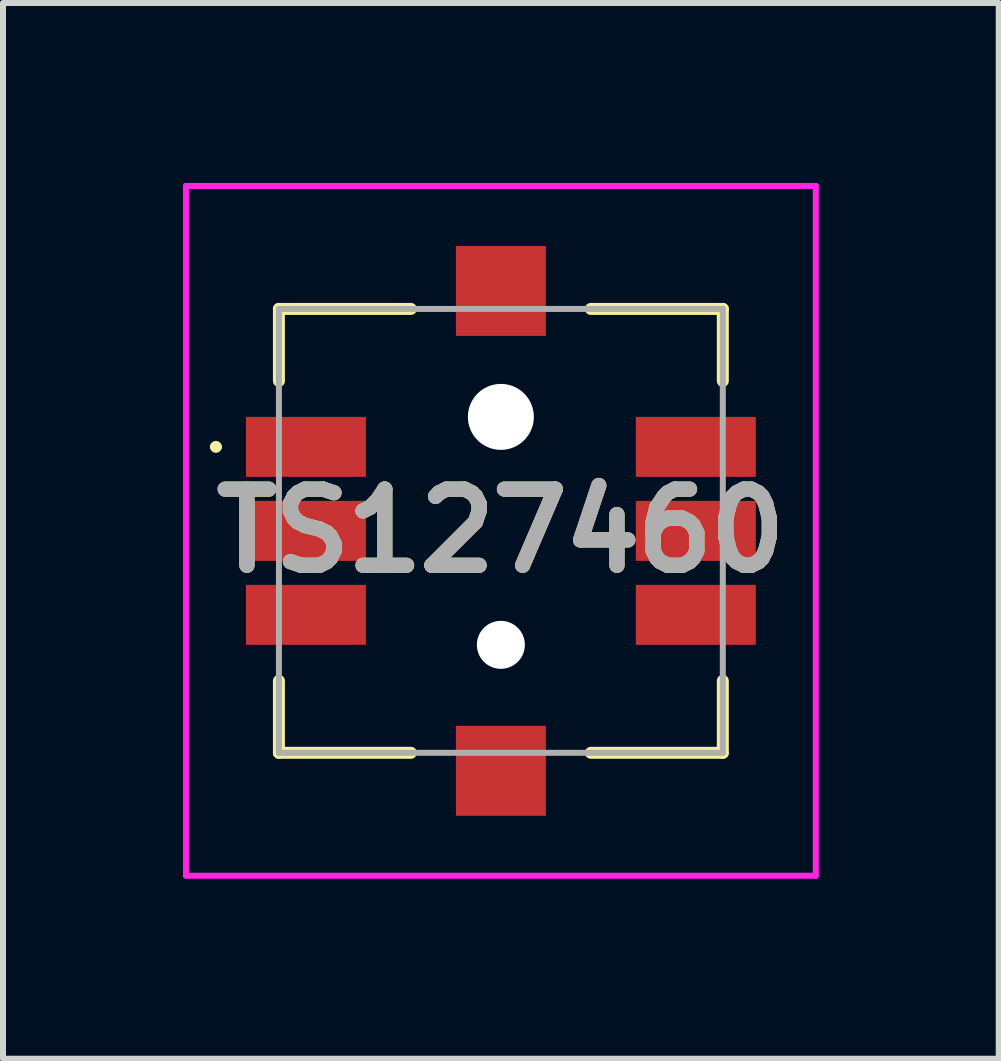
<source format=kicad_pcb>
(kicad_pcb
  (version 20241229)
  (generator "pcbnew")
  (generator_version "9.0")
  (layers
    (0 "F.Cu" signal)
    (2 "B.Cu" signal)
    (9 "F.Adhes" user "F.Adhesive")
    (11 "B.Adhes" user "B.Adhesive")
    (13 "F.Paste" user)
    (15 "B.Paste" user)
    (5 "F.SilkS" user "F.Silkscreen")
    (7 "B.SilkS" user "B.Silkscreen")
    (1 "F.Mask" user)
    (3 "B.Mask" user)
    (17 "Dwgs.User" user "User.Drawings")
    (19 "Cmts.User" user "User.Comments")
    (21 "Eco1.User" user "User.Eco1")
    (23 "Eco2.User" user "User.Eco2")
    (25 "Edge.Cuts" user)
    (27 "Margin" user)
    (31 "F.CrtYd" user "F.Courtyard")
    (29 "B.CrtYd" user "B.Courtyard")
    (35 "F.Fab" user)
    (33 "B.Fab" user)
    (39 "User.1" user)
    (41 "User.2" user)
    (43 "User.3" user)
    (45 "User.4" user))
  (footprint "TS127460"
    (layer "F.Cu")
    (at 5.3 5.8)
    (property "Reference" "TS127460" (at 0 0 0) (layer "F.SilkS") (effects (font (size 1.27 1.27) (thickness 0.254))))
    (attr through_hole)
    (fp_line (start -4.8 -1.4) (end -4.8 -1.4) (stroke (width 0.1) (type solid)) (layer "F.SilkS"))
    (fp_line (start -4.7 -1.4) (end -4.7 -1.4) (stroke (width 0.1) (type solid)) (layer "F.SilkS"))
    (fp_line (start -3.7 -3.7) (end -3.7 -2.5) (stroke (width 0.2) (type solid)) (layer "F.SilkS"))
    (fp_line (start -3.7 2.5) (end -3.7 3.7) (stroke (width 0.2) (type solid)) (layer "F.SilkS"))
    (fp_line (start -3.7 3.7) (end -1.5 3.7) (stroke (width 0.2) (type solid)) (layer "F.SilkS"))
    (fp_line (start -1.5 -3.7) (end -3.7 -3.7) (stroke (width 0.2) (type solid)) (layer "F.SilkS"))
    (fp_line (start 1.5 -3.7) (end 3.7 -3.7) (stroke (width 0.2) (type solid)) (layer "F.SilkS"))
    (fp_line (start 1.5 3.7) (end 3.7 3.7) (stroke (width 0.2) (type solid)) (layer "F.SilkS"))
    (fp_line (start 3.7 -3.7) (end 3.7 -2.5) (stroke (width 0.2) (type solid)) (layer "F.SilkS"))
    (fp_line (start 3.7 3.7) (end 3.7 2.5) (stroke (width 0.2) (type solid)) (layer "F.SilkS"))
    (fp_arc (start -4.8 -1.4) (mid -4.75 -1.45) (end -4.7 -1.4) (stroke (width 0.1) (type solid)) (layer "F.SilkS"))
    (fp_arc (start -4.7 -1.4) (mid -4.75 -1.35) (end -4.8 -1.4) (stroke (width 0.1) (type solid)) (layer "F.SilkS"))
    (fp_line (start -5.25 -5.75) (end 5.25 -5.75) (stroke (width 0.1) (type solid)) (layer "F.CrtYd"))
    (fp_line (start -5.25 5.75) (end -5.25 -5.75) (stroke (width 0.1) (type solid)) (layer "F.CrtYd"))
    (fp_line (start 5.25 -5.75) (end 5.25 5.75) (stroke (width 0.1) (type solid)) (layer "F.CrtYd"))
    (fp_line (start 5.25 5.75) (end -5.25 5.75) (stroke (width 0.1) (type solid)) (layer "F.CrtYd"))
    (fp_line (start -3.7 -3.7) (end 3.7 -3.7) (stroke (width 0.1) (type solid)) (layer "F.Fab"))
    (fp_line (start -3.7 3.7) (end -3.7 -3.7) (stroke (width 0.1) (type solid)) (layer "F.Fab"))
    (fp_line (start 3.7 -3.7) (end 3.7 3.7) (stroke (width 0.1) (type solid)) (layer "F.Fab"))
    (fp_line (start 3.7 3.7) (end -3.7 3.7) (stroke (width 0.1) (type solid)) (layer "F.Fab"))
    (fp_text user "${REFERENCE}" (at 0 0 0) (layer "F.Fab") (effects (font (size 1.27 1.27) (thickness 0.254))))
    (pad "" np_thru_hole circle (at 0 -1.9) (size 1.1 1.1) (drill 1.1) (layers "*.Cu" "*.Mask"))
    (pad "" np_thru_hole circle (at 0 1.9) (size 0.8 0.8) (drill 0.8) (layers "*.Cu" "*.Mask"))
    (pad "1" smd rect (at -3.25 -1.4 90) (size 1 2) (layers "F.Cu" "F.Mask" "F.Paste"))
    (pad "2" smd rect (at -3.25 0 90) (size 1 2) (layers "F.Cu" "F.Mask" "F.Paste"))
    (pad "3" smd rect (at -3.25 1.4 90) (size 1 2) (layers "F.Cu" "F.Mask" "F.Paste"))
    (pad "4" smd rect (at 3.25 1.4 90) (size 1 2) (layers "F.Cu" "F.Mask" "F.Paste"))
    (pad "5" smd rect (at 3.25 0 90) (size 1 2) (layers "F.Cu" "F.Mask" "F.Paste"))
    (pad "6" smd rect (at 3.25 -1.4 90) (size 1 2) (layers "F.Cu" "F.Mask" "F.Paste"))
    (pad "MP1" smd rect (at 0 -4 90) (size 1.5 1.5) (layers "F.Cu" "F.Mask" "F.Paste"))
    (pad "MP2" smd rect (at 0 4 90) (size 1.5 1.5) (layers "F.Cu" "F.Mask" "F.Paste")))
  (gr_rect
    (start -3 -3)
    (end 13.6 14.6)
    (stroke (width 0.1) (type default))
    (fill no)
    (layer "Edge.Cuts")))
</source>
